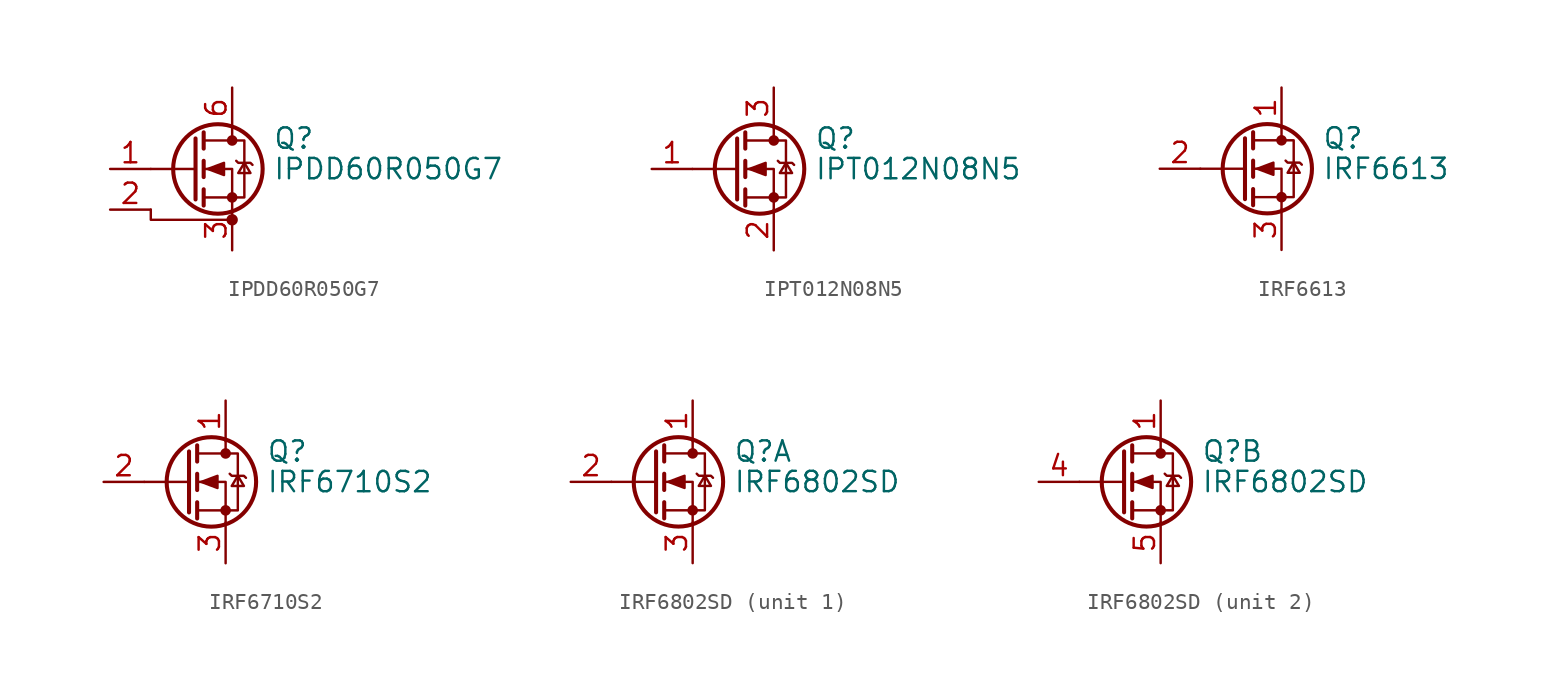
<source format=kicad_sym>
(kicad_symbol_lib
  (version 20220914)
  (generator kicad_symbol_editor)
  (symbol "IPDD60R050G7"
    (pin_names hide)
    (property "Reference" "Q"
      (at 5.08 1.905 0)
      (effects (font (size 1.27 1.27)) (justify left)))
    (property "Value" "IPDD60R050G7"
      (at 5.08 0 0)
      (effects (font (size 1.27 1.27)) (justify left)))
    (symbol "IPDD60R050G7_0_1"
      (polyline (pts (xy 0.254 0) (xy -2.54 0)) (stroke (width 0) (type default)) (fill (type none)))
      (polyline (pts (xy 0.254 1.905) (xy 0.254 -1.905)) (stroke (width 0.254) (type default)) (fill (type none)))
      (polyline (pts (xy 0.762 -1.27) (xy 0.762 -2.286)) (stroke (width 0.254) (type default)) (fill (type none)))
      (polyline (pts (xy 0.762 0.508) (xy 0.762 -0.508)) (stroke (width 0.254) (type default)) (fill (type none)))
      (polyline (pts (xy 0.762 2.286) (xy 0.762 1.27)) (stroke (width 0.254) (type default)) (fill (type none)))
      (polyline (pts (xy 2.54 2.54) (xy 2.54 1.778)) (stroke (width 0) (type default)) (fill (type none)))
      (polyline (pts (xy -2.54 -2.54) (xy -2.54 -3.175) (xy 2.54 -3.175)) (stroke (width 0) (type default)) (fill (type none)))
      (polyline (pts (xy 2.54 -2.54) (xy 2.54 0) (xy 0.762 0)) (stroke (width 0) (type default)) (fill (type none)))
      (polyline (pts (xy 0.762 -1.778) (xy 3.302 -1.778) (xy 3.302 1.778) (xy 0.762 1.778)) (stroke (width 0) (type default)) (fill (type none)))
      (polyline (pts (xy 1.016 0) (xy 2.032 0.381) (xy 2.032 -0.381) (xy 1.016 0)) (stroke (width 0) (type default)) (fill (type outline)))
      (polyline (pts (xy 2.794 0.508) (xy 2.921 0.381) (xy 3.683 0.381) (xy 3.81 0.254)) (stroke (width 0) (type default)) (fill (type none)))
      (polyline (pts (xy 3.302 0.381) (xy 2.921 -0.254) (xy 3.683 -0.254) (xy 3.302 0.381)) (stroke (width 0) (type default)) (fill (type none)))
      (circle (center 1.651 0) (radius 2.794) (stroke (width 0.254) (type default)) (fill (type none)))
      (circle (center 2.54 -3.175) (radius 0.279) (stroke (width 0) (type default)) (fill (type outline)))
      (circle (center 2.54 -1.778) (radius 0.254) (stroke (width 0) (type default)) (fill (type outline)))
      (circle (center 2.54 1.778) (radius 0.254) (stroke (width 0) (type default)) (fill (type outline))))
    (symbol "IPDD60R050G7_1_1"
      (pin input line (at -5.08 0 0) (length 2.54) (name "G" (effects (font (size 1.27 1.27)))) (number "1" (effects (font (size 1.27 1.27)))))
      (pin passive line (at 2.54 5.08 270) (length 2.54) hide (name "D" (effects (font (size 1.27 1.27)))) (number "10" (effects (font (size 1.27 1.27)))))
      (pin passive line (at -5.08 -2.54 0) (length 2.54) (name "DS" (effects (font (size 1.27 1.27)))) (number "2" (effects (font (size 1.27 1.27)))))
      (pin passive line (at 2.54 -5.08 90) (length 2.54) (name "PS" (effects (font (size 1.27 1.27)))) (number "3" (effects (font (size 1.27 1.27)))))
      (pin passive line (at 2.54 -5.08 90) (length 2.54) hide (name "PS" (effects (font (size 1.27 1.27)))) (number "4" (effects (font (size 1.27 1.27)))))
      (pin passive line (at 2.54 -5.08 90) (length 2.54) hide (name "PS" (effects (font (size 1.27 1.27)))) (number "5" (effects (font (size 1.27 1.27)))))
      (pin passive line (at 2.54 5.08 270) (length 2.54) (name "D" (effects (font (size 1.27 1.27)))) (number "6" (effects (font (size 1.27 1.27)))))
      (pin passive line (at 2.54 5.08 270) (length 2.54) hide (name "D" (effects (font (size 1.27 1.27)))) (number "7" (effects (font (size 1.27 1.27)))))
      (pin passive line (at 2.54 5.08 270) (length 2.54) hide (name "D" (effects (font (size 1.27 1.27)))) (number "8" (effects (font (size 1.27 1.27)))))
      (pin passive line (at 2.54 5.08 270) (length 2.54) hide (name "D" (effects (font (size 1.27 1.27)))) (number "9" (effects (font (size 1.27 1.27)))))))
  (symbol "IPT012N08N5"
    (pin_names hide)
    (property "Reference" "Q"
      (at 5.08 1.905 0)
      (effects (font (size 1.27 1.27)) (justify left)))
    (property "Value" "IPT012N08N5"
      (at 5.08 0 0)
      (effects (font (size 1.27 1.27)) (justify left)))
    (symbol "IPT012N08N5_0_1"
      (polyline (pts (xy 0.254 0) (xy -2.54 0)) (stroke (width 0) (type default)) (fill (type none)))
      (polyline (pts (xy 0.254 1.905) (xy 0.254 -1.905)) (stroke (width 0.254) (type default)) (fill (type none)))
      (polyline (pts (xy 0.762 -1.27) (xy 0.762 -2.286)) (stroke (width 0.254) (type default)) (fill (type none)))
      (polyline (pts (xy 0.762 0.508) (xy 0.762 -0.508)) (stroke (width 0.254) (type default)) (fill (type none)))
      (polyline (pts (xy 0.762 2.286) (xy 0.762 1.27)) (stroke (width 0.254) (type default)) (fill (type none)))
      (polyline (pts (xy 2.54 2.54) (xy 2.54 1.778)) (stroke (width 0) (type default)) (fill (type none)))
      (polyline (pts (xy 2.54 -2.54) (xy 2.54 0) (xy 0.762 0)) (stroke (width 0) (type default)) (fill (type none)))
      (polyline (pts (xy 0.762 -1.778) (xy 3.302 -1.778) (xy 3.302 1.778) (xy 0.762 1.778)) (stroke (width 0) (type default)) (fill (type none)))
      (polyline (pts (xy 1.016 0) (xy 2.032 0.381) (xy 2.032 -0.381) (xy 1.016 0)) (stroke (width 0) (type default)) (fill (type outline)))
      (polyline (pts (xy 2.794 0.508) (xy 2.921 0.381) (xy 3.683 0.381) (xy 3.81 0.254)) (stroke (width 0) (type default)) (fill (type none)))
      (polyline (pts (xy 3.302 0.381) (xy 2.921 -0.254) (xy 3.683 -0.254) (xy 3.302 0.381)) (stroke (width 0) (type default)) (fill (type none)))
      (circle (center 1.651 0) (radius 2.794) (stroke (width 0.254) (type default)) (fill (type none)))
      (circle (center 2.54 -1.778) (radius 0.254) (stroke (width 0) (type default)) (fill (type outline)))
      (circle (center 2.54 1.778) (radius 0.254) (stroke (width 0) (type default)) (fill (type outline))))
    (symbol "IPT012N08N5_1_1"
      (pin input line (at -5.08 0 0) (length 2.54) (name "G" (effects (font (size 1.27 1.27)))) (number "1" (effects (font (size 1.27 1.27)))))
      (pin passive line (at 2.54 -5.08 90) (length 2.54) (name "S" (effects (font (size 1.27 1.27)))) (number "2" (effects (font (size 1.27 1.27)))))
      (pin passive line (at 2.54 5.08 270) (length 2.54) (name "D" (effects (font (size 1.27 1.27)))) (number "3" (effects (font (size 1.27 1.27)))))))
  (symbol "IRF6613"
    (pin_names hide)
    (property "Reference" "Q"
      (at 5.08 1.905 0)
      (effects (font (size 1.27 1.27)) (justify left)))
    (property "Value" "IRF6613"
      (at 5.08 0 0)
      (effects (font (size 1.27 1.27)) (justify left)))
    (symbol "IRF6613_0_1"
      (polyline (pts (xy 0.254 0) (xy -2.54 0)) (stroke (width 0) (type default)) (fill (type none)))
      (polyline (pts (xy 0.254 1.905) (xy 0.254 -1.905)) (stroke (width 0.254) (type default)) (fill (type none)))
      (polyline (pts (xy 0.762 -1.27) (xy 0.762 -2.286)) (stroke (width 0.254) (type default)) (fill (type none)))
      (polyline (pts (xy 0.762 0.508) (xy 0.762 -0.508)) (stroke (width 0.254) (type default)) (fill (type none)))
      (polyline (pts (xy 0.762 2.286) (xy 0.762 1.27)) (stroke (width 0.254) (type default)) (fill (type none)))
      (polyline (pts (xy 2.54 2.54) (xy 2.54 1.778)) (stroke (width 0) (type default)) (fill (type none)))
      (polyline (pts (xy 2.54 -2.54) (xy 2.54 0) (xy 0.762 0)) (stroke (width 0) (type default)) (fill (type none)))
      (polyline (pts (xy 0.762 -1.778) (xy 3.302 -1.778) (xy 3.302 1.778) (xy 0.762 1.778)) (stroke (width 0) (type default)) (fill (type none)))
      (polyline (pts (xy 1.016 0) (xy 2.032 0.381) (xy 2.032 -0.381) (xy 1.016 0)) (stroke (width 0) (type default)) (fill (type outline)))
      (polyline (pts (xy 2.794 0.508) (xy 2.921 0.381) (xy 3.683 0.381) (xy 3.81 0.254)) (stroke (width 0) (type default)) (fill (type none)))
      (polyline (pts (xy 3.302 0.381) (xy 2.921 -0.254) (xy 3.683 -0.254) (xy 3.302 0.381)) (stroke (width 0) (type default)) (fill (type none)))
      (circle (center 1.651 0) (radius 2.794) (stroke (width 0.254) (type default)) (fill (type none)))
      (circle (center 2.54 -1.778) (radius 0.254) (stroke (width 0) (type default)) (fill (type outline)))
      (circle (center 2.54 1.778) (radius 0.254) (stroke (width 0) (type default)) (fill (type outline))))
    (symbol "IRF6613_1_1"
      (pin passive line (at 2.54 5.08 270) (length 2.54) (name "D" (effects (font (size 1.27 1.27)))) (number "1" (effects (font (size 1.27 1.27)))))
      (pin input line (at -5.08 0 0) (length 2.54) (name "G" (effects (font (size 1.27 1.27)))) (number "2" (effects (font (size 1.27 1.27)))))
      (pin passive line (at 2.54 -5.08 90) (length 2.54) (name "S" (effects (font (size 1.27 1.27)))) (number "3" (effects (font (size 1.27 1.27)))))))
  (symbol "IRF6710S2"
    (pin_names hide)
    (property "Reference" "Q"
      (at 5.08 1.905 0)
      (effects (font (size 1.27 1.27)) (justify left)))
    (property "Value" "IRF6710S2"
      (at 5.08 0 0)
      (effects (font (size 1.27 1.27)) (justify left)))
    (symbol "IRF6710S2_0_1"
      (polyline (pts (xy 0.254 0) (xy -2.54 0)) (stroke (width 0) (type default)) (fill (type none)))
      (polyline (pts (xy 0.254 1.905) (xy 0.254 -1.905)) (stroke (width 0.254) (type default)) (fill (type none)))
      (polyline (pts (xy 0.762 -1.27) (xy 0.762 -2.286)) (stroke (width 0.254) (type default)) (fill (type none)))
      (polyline (pts (xy 0.762 0.508) (xy 0.762 -0.508)) (stroke (width 0.254) (type default)) (fill (type none)))
      (polyline (pts (xy 0.762 2.286) (xy 0.762 1.27)) (stroke (width 0.254) (type default)) (fill (type none)))
      (polyline (pts (xy 2.54 2.54) (xy 2.54 1.778)) (stroke (width 0) (type default)) (fill (type none)))
      (polyline (pts (xy 2.54 -2.54) (xy 2.54 0) (xy 0.762 0)) (stroke (width 0) (type default)) (fill (type none)))
      (polyline (pts (xy 0.762 -1.778) (xy 3.302 -1.778) (xy 3.302 1.778) (xy 0.762 1.778)) (stroke (width 0) (type default)) (fill (type none)))
      (polyline (pts (xy 1.016 0) (xy 2.032 0.381) (xy 2.032 -0.381) (xy 1.016 0)) (stroke (width 0) (type default)) (fill (type outline)))
      (polyline (pts (xy 2.794 0.508) (xy 2.921 0.381) (xy 3.683 0.381) (xy 3.81 0.254)) (stroke (width 0) (type default)) (fill (type none)))
      (polyline (pts (xy 3.302 0.381) (xy 2.921 -0.254) (xy 3.683 -0.254) (xy 3.302 0.381)) (stroke (width 0) (type default)) (fill (type none)))
      (circle (center 1.651 0) (radius 2.794) (stroke (width 0.254) (type default)) (fill (type none)))
      (circle (center 2.54 -1.778) (radius 0.254) (stroke (width 0) (type default)) (fill (type outline)))
      (circle (center 2.54 1.778) (radius 0.254) (stroke (width 0) (type default)) (fill (type outline))))
    (symbol "IRF6710S2_1_1"
      (pin passive line (at 2.54 5.08 270) (length 2.54) (name "D" (effects (font (size 1.27 1.27)))) (number "1" (effects (font (size 1.27 1.27)))))
      (pin input line (at -5.08 0 0) (length 2.54) (name "G" (effects (font (size 1.27 1.27)))) (number "2" (effects (font (size 1.27 1.27)))))
      (pin passive line (at 2.54 -5.08 90) (length 2.54) (name "S" (effects (font (size 1.27 1.27)))) (number "3" (effects (font (size 1.27 1.27)))))))
  (symbol "IRF6802SD"
    (pin_names hide)
    (property "Reference" "Q"
      (at 5.08 1.905 0)
      (effects (font (size 1.27 1.27)) (justify left)))
    (property "Value" "IRF6802SD"
      (at 5.08 0 0)
      (effects (font (size 1.27 1.27)) (justify left)))
    (symbol "IRF6802SD_0_1"
      (polyline (pts (xy 0.254 0) (xy -2.54 0)) (stroke (width 0) (type default)) (fill (type none)))
      (polyline (pts (xy 0.254 1.905) (xy 0.254 -1.905)) (stroke (width 0.254) (type default)) (fill (type none)))
      (polyline (pts (xy 0.762 -1.27) (xy 0.762 -2.286)) (stroke (width 0.254) (type default)) (fill (type none)))
      (polyline (pts (xy 0.762 0.508) (xy 0.762 -0.508)) (stroke (width 0.254) (type default)) (fill (type none)))
      (polyline (pts (xy 0.762 2.286) (xy 0.762 1.27)) (stroke (width 0.254) (type default)) (fill (type none)))
      (polyline (pts (xy 2.54 2.54) (xy 2.54 1.778)) (stroke (width 0) (type default)) (fill (type none)))
      (polyline (pts (xy 2.54 -2.54) (xy 2.54 0) (xy 0.762 0)) (stroke (width 0) (type default)) (fill (type none)))
      (polyline (pts (xy 0.762 -1.778) (xy 3.302 -1.778) (xy 3.302 1.778) (xy 0.762 1.778)) (stroke (width 0) (type default)) (fill (type none)))
      (polyline (pts (xy 1.016 0) (xy 2.032 0.381) (xy 2.032 -0.381) (xy 1.016 0)) (stroke (width 0) (type default)) (fill (type outline)))
      (polyline (pts (xy 2.794 0.508) (xy 2.921 0.381) (xy 3.683 0.381) (xy 3.81 0.254)) (stroke (width 0) (type default)) (fill (type none)))
      (polyline (pts (xy 3.302 0.381) (xy 2.921 -0.254) (xy 3.683 -0.254) (xy 3.302 0.381)) (stroke (width 0) (type default)) (fill (type none)))
      (circle (center 1.651 0) (radius 2.794) (stroke (width 0.254) (type default)) (fill (type none)))
      (circle (center 2.54 -1.778) (radius 0.254) (stroke (width 0) (type default)) (fill (type outline)))
      (circle (center 2.54 1.778) (radius 0.254) (stroke (width 0) (type default)) (fill (type outline))))
    (symbol "IRF6802SD_1_1"
      (pin passive line (at 2.54 5.08 270) (length 2.54) (name "D" (effects (font (size 1.27 1.27)))) (number "1" (effects (font (size 1.27 1.27)))))
      (pin input line (at -5.08 0 0) (length 2.54) (name "G1" (effects (font (size 1.27 1.27)))) (number "2" (effects (font (size 1.27 1.27)))))
      (pin passive line (at 2.54 -5.08 90) (length 2.54) (name "S1" (effects (font (size 1.27 1.27)))) (number "3" (effects (font (size 1.27 1.27))))))
    (symbol "IRF6802SD_2_1"
      (pin passive line (at 2.54 5.08 270) (length 2.54) (name "D" (effects (font (size 1.27 1.27)))) (number "1" (effects (font (size 1.27 1.27)))))
      (pin input line (at -5.08 0 0) (length 2.54) (name "G2" (effects (font (size 1.27 1.27)))) (number "4" (effects (font (size 1.27 1.27)))))
      (pin passive line (at 2.54 -5.08 90) (length 2.54) (name "S2" (effects (font (size 1.27 1.27)))) (number "5" (effects (font (size 1.27 1.27))))))))
</source>
